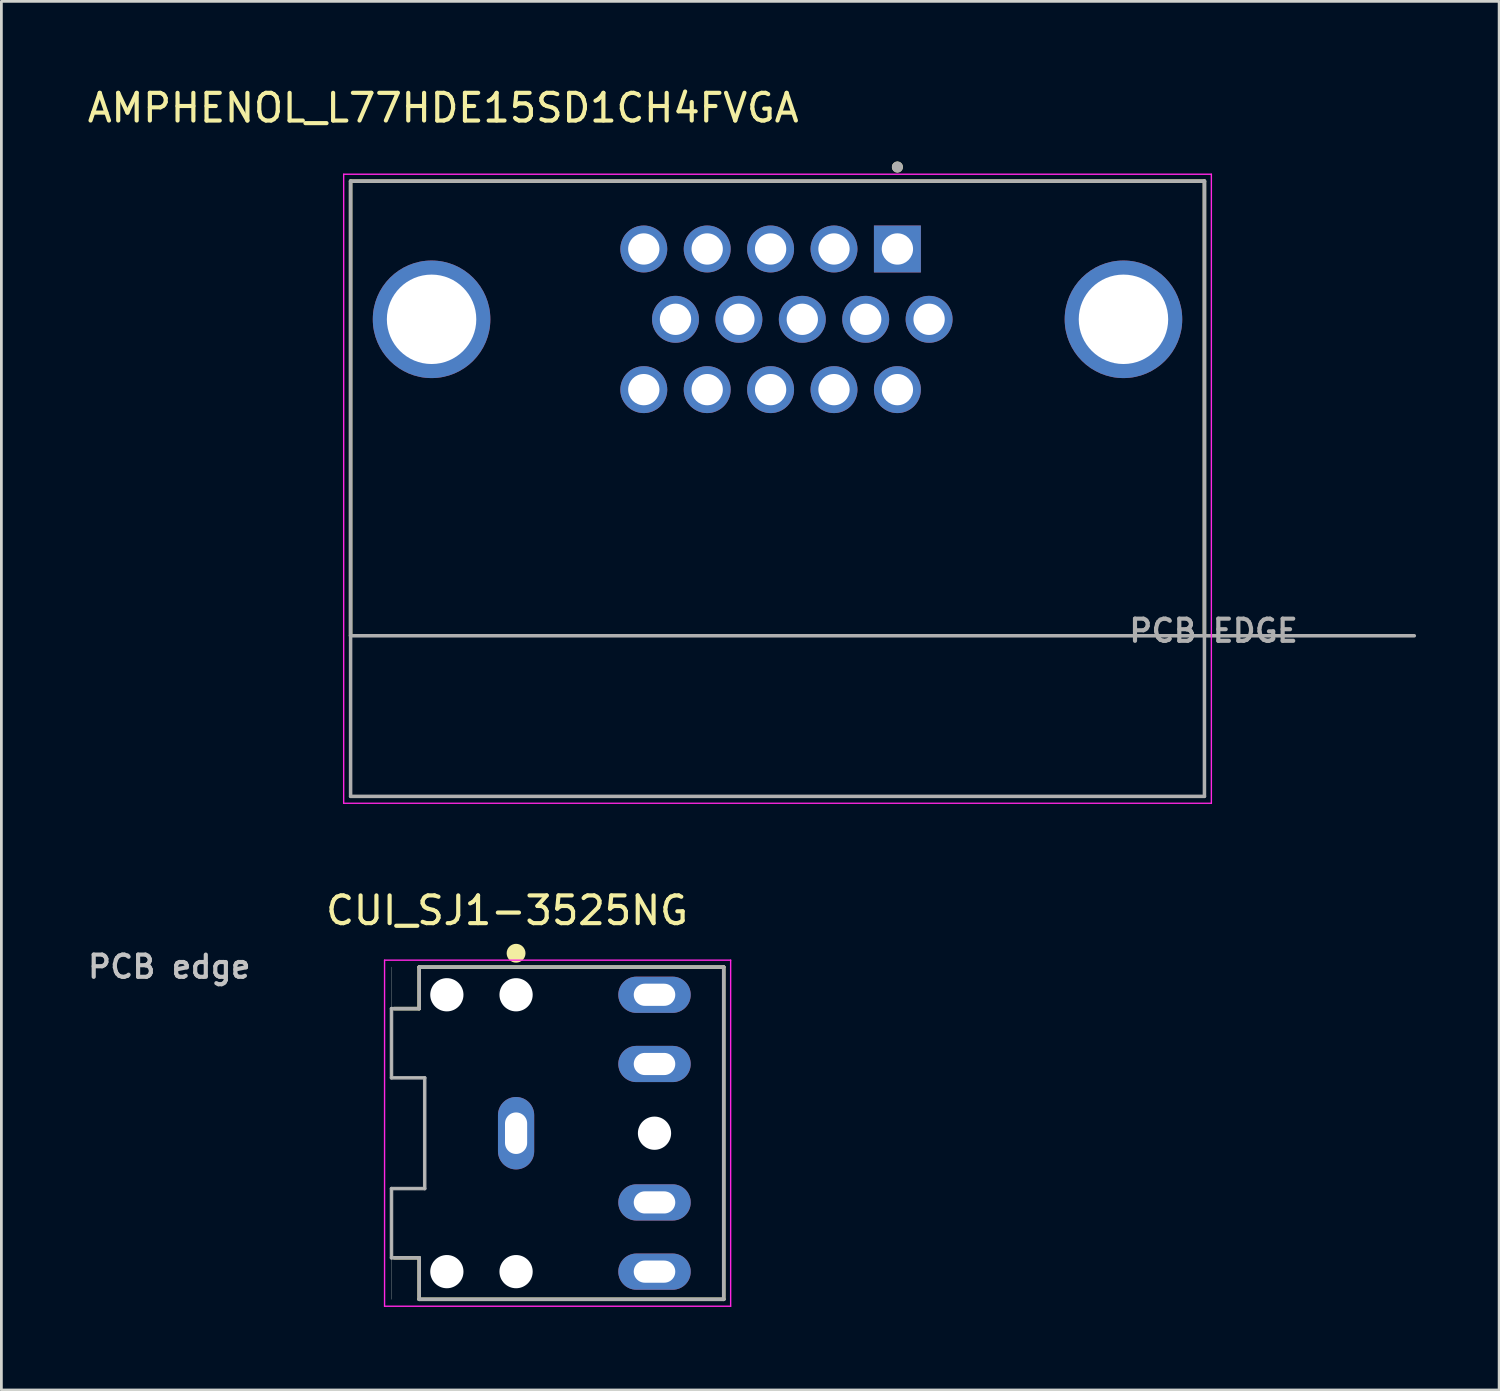
<source format=kicad_pcb>
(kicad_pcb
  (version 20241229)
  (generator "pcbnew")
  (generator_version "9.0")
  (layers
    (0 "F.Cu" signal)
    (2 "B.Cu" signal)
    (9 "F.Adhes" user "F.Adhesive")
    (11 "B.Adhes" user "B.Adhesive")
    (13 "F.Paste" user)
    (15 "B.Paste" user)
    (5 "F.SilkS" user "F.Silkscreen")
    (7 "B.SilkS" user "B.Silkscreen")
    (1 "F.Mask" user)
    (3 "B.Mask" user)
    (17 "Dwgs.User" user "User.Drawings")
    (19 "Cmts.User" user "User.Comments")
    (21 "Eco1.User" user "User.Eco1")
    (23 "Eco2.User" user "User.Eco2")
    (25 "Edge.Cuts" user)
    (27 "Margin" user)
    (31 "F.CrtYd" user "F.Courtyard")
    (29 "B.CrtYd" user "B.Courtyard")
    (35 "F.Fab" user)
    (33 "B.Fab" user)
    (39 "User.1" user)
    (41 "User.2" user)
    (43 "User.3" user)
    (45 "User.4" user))
  (footprint "CUI_SJ1-3525NG"
    (layer "F.Cu")
    (at 15.59 37.88)
    (property "Reference" "CUI_SJ1-3525NG" (at -0.325 -8.043 0) (layer "F.SilkS") (effects (font (size 1.001 1.001) (thickness 0.15))))
    (attr through_hole)
    (fp_line (start -4.4 4.5) (end -3.5 4.5) (stroke (width 0.127) (type solid)) (layer "F.SilkS"))
    (fp_line (start -3.5 -6) (end -3.5 -4.5) (stroke (width 0.127) (type solid)) (layer "F.SilkS"))
    (fp_line (start -3.5 -4.5) (end -4.4 -4.5) (stroke (width 0.127) (type solid)) (layer "F.SilkS"))
    (fp_line (start -3.5 4.5) (end -3.5 6) (stroke (width 0.127) (type solid)) (layer "F.SilkS"))
    (fp_line (start 7.5 -6) (end -3.5 -6) (stroke (width 0.127) (type solid)) (layer "F.SilkS"))
    (fp_line (start 7.5 -6) (end 7.5 6) (stroke (width 0.127) (type solid)) (layer "F.SilkS"))
    (fp_line (start 7.5 6) (end -3.5 6) (stroke (width 0.127) (type solid)) (layer "F.SilkS"))
    (fp_circle (center 0 -6.5) (end 0.17 -6.5) (stroke (width 0.34) (type solid)) (fill no) (layer "F.SilkS"))
    (fp_line (start -4.5 -6) (end -4.5 -2) (stroke (width 0.01) (type solid)) (layer "Edge.Cuts"))
    (fp_line (start -4.5 -2) (end -3.3 -2) (stroke (width 0.01) (type solid)) (layer "Edge.Cuts"))
    (fp_line (start -4.5 2) (end -4.5 6) (stroke (width 0.01) (type solid)) (layer "Edge.Cuts"))
    (fp_line (start -3.3 -2) (end -3.3 2) (stroke (width 0.01) (type solid)) (layer "Edge.Cuts"))
    (fp_line (start -3.3 2) (end -4.5 2) (stroke (width 0.01) (type solid)) (layer "Edge.Cuts"))
    (fp_line (start -4.75 -6.25) (end 7.75 -6.25) (stroke (width 0.05) (type solid)) (layer "F.CrtYd"))
    (fp_line (start -4.75 6.25) (end -4.75 -6.25) (stroke (width 0.05) (type solid)) (layer "F.CrtYd"))
    (fp_line (start 7.75 -6.25) (end 7.75 6.25) (stroke (width 0.05) (type solid)) (layer "F.CrtYd"))
    (fp_line (start 7.75 6.25) (end -4.75 6.25) (stroke (width 0.05) (type solid)) (layer "F.CrtYd"))
    (fp_line (start -4.5 -4.5) (end -4.5 -2) (stroke (width 0.127) (type solid)) (layer "F.Fab"))
    (fp_line (start -4.5 -2) (end -3.3 -2) (stroke (width 0.127) (type solid)) (layer "F.Fab"))
    (fp_line (start -4.5 2) (end -4.5 4.5) (stroke (width 0.127) (type solid)) (layer "F.Fab"))
    (fp_line (start -4.5 4.5) (end -3.5 4.5) (stroke (width 0.127) (type solid)) (layer "F.Fab"))
    (fp_line (start -3.5 -6) (end -3.5 -4.5) (stroke (width 0.127) (type solid)) (layer "F.Fab"))
    (fp_line (start -3.5 -4.5) (end -4.5 -4.5) (stroke (width 0.127) (type solid)) (layer "F.Fab"))
    (fp_line (start -3.5 4.5) (end -3.5 6) (stroke (width 0.127) (type solid)) (layer "F.Fab"))
    (fp_line (start -3.3 -2) (end -3.3 2) (stroke (width 0.127) (type solid)) (layer "F.Fab"))
    (fp_line (start -3.3 2) (end -4.5 2) (stroke (width 0.127) (type solid)) (layer "F.Fab"))
    (fp_line (start 7.5 -6) (end -3.5 -6) (stroke (width 0.127) (type solid)) (layer "F.Fab"))
    (fp_line (start 7.5 -6) (end 7.5 6) (stroke (width 0.127) (type solid)) (layer "F.Fab"))
    (fp_line (start 7.5 6) (end -3.5 6) (stroke (width 0.127) (type solid)) (layer "F.Fab"))
    (fp_text user "PCB edge" (at -12.525 -6.012 0) (layer "Dwgs.User") (effects (font (size 0.802 0.802) (thickness 0.15))))
    (pad "" np_thru_hole circle (at -2.5 -5) (size 1.2 1.2) (drill 1.2) (layers "*.Cu" "*.Mask"))
    (pad "" np_thru_hole circle (at -2.5 5) (size 1.2 1.2) (drill 1.2) (layers "*.Cu" "*.Mask"))
    (pad "" np_thru_hole circle (at 0 -5) (size 1.2 1.2) (drill 1.2) (layers "*.Cu" "*.Mask"))
    (pad "" np_thru_hole circle (at 0 5) (size 1.2 1.2) (drill 1.2) (layers "*.Cu" "*.Mask"))
    (pad "" np_thru_hole circle (at 5 0) (size 1.2 1.2) (drill 1.2) (layers "*.Cu" "*.Mask"))
    (pad "1" thru_hole oval (at 0 0) (size 1.308 2.616) (drill oval 0.8 1.5) (layers "*.Cu" "*.Mask"))
    (pad "2" thru_hole oval (at 5 5) (size 2.616 1.308) (drill oval 1.5 0.8) (layers "*.Cu" "*.Mask"))
    (pad "3" thru_hole oval (at 5 -5) (size 2.616 1.308) (drill oval 1.5 0.8) (layers "*.Cu" "*.Mask"))
    (pad "4" thru_hole oval (at 5 2.5) (size 2.616 1.308) (drill oval 1.5 0.8) (layers "*.Cu" "*.Mask"))
    (pad "5" thru_hole oval (at 5 -2.5) (size 2.616 1.308) (drill oval 1.5 0.8) (layers "*.Cu" "*.Mask")))
  (footprint "AMPHENOL_L77HDE15SD1CH4FVGA"
    (layer "F.Cu")
    (at 25.033 8.483)
    (property "Reference" "AMPHENOL_L77HDE15SD1CH4FVGA" (at -12.075 -7.635 0) (layer "F.SilkS") (effects (font (size 1 1) (thickness 0.15))))
    (attr through_hole)
    (fp_line (start -15.42 -4.99) (end 15.42 -4.99) (stroke (width 0.127) (type solid)) (layer "F.SilkS"))
    (fp_line (start -15.42 11.43) (end -15.42 -4.99) (stroke (width 0.127) (type solid)) (layer "F.SilkS"))
    (fp_line (start 15.42 -4.99) (end 15.42 11.43) (stroke (width 0.127) (type solid)) (layer "F.SilkS"))
    (fp_circle (center 4.33 -5.5) (end 4.43 -5.5) (stroke (width 0.2) (type solid)) (fill no) (layer "F.SilkS"))
    (fp_line (start -15.67 -5.24) (end 15.67 -5.24) (stroke (width 0.05) (type solid)) (layer "F.CrtYd"))
    (fp_line (start -15.67 17.48) (end -15.67 -5.24) (stroke (width 0.05) (type solid)) (layer "F.CrtYd"))
    (fp_line (start 15.67 -5.24) (end 15.67 17.48) (stroke (width 0.05) (type solid)) (layer "F.CrtYd"))
    (fp_line (start 15.67 17.48) (end -15.67 17.48) (stroke (width 0.05) (type solid)) (layer "F.CrtYd"))
    (fp_line (start -15.42 -4.99) (end 15.42 -4.99) (stroke (width 0.127) (type solid)) (layer "F.Fab"))
    (fp_line (start -15.42 11.43) (end -15.42 -4.99) (stroke (width 0.127) (type solid)) (layer "F.Fab"))
    (fp_line (start -15.42 11.43) (end 23 11.43) (stroke (width 0.127) (type solid)) (layer "F.Fab"))
    (fp_line (start -15.42 17.23) (end -15.42 11.43) (stroke (width 0.127) (type solid)) (layer "F.Fab"))
    (fp_line (start -15.42 17.23) (end 15.42 17.23) (stroke (width 0.127) (type solid)) (layer "F.Fab"))
    (fp_line (start 15.42 -4.99) (end 15.42 17.23) (stroke (width 0.127) (type solid)) (layer "F.Fab"))
    (fp_circle (center 4.33 -5.5) (end 4.43 -5.5) (stroke (width 0.2) (type solid)) (fill no) (layer "F.Fab"))
    (fp_text user "PCB EDGE" (at 15.75 11.25 0) (layer "F.Fab") (effects (font (size 0.8 0.8) (thickness 0.15))))
    (pad "1" thru_hole rect (at 4.33 -2.54) (size 1.695 1.695) (drill 1.13) (layers "*.Cu" "*.Mask"))
    (pad "2" thru_hole circle (at 2.04 -2.54) (size 1.695 1.695) (drill 1.13) (layers "*.Cu" "*.Mask"))
    (pad "3" thru_hole circle (at -0.25 -2.54) (size 1.695 1.695) (drill 1.13) (layers "*.Cu" "*.Mask"))
    (pad "4" thru_hole circle (at -2.54 -2.54) (size 1.695 1.695) (drill 1.13) (layers "*.Cu" "*.Mask"))
    (pad "5" thru_hole circle (at -4.83 -2.54) (size 1.695 1.695) (drill 1.13) (layers "*.Cu" "*.Mask"))
    (pad "6" thru_hole circle (at 5.475 0) (size 1.695 1.695) (drill 1.13) (layers "*.Cu" "*.Mask"))
    (pad "7" thru_hole circle (at 3.185 0) (size 1.695 1.695) (drill 1.13) (layers "*.Cu" "*.Mask"))
    (pad "8" thru_hole circle (at 0.895 0) (size 1.695 1.695) (drill 1.13) (layers "*.Cu" "*.Mask"))
    (pad "9" thru_hole circle (at -1.395 0) (size 1.695 1.695) (drill 1.13) (layers "*.Cu" "*.Mask"))
    (pad "10" thru_hole circle (at -3.685 0) (size 1.695 1.695) (drill 1.13) (layers "*.Cu" "*.Mask"))
    (pad "11" thru_hole circle (at 4.33 2.54) (size 1.695 1.695) (drill 1.13) (layers "*.Cu" "*.Mask"))
    (pad "12" thru_hole circle (at 2.04 2.54) (size 1.695 1.695) (drill 1.13) (layers "*.Cu" "*.Mask"))
    (pad "13" thru_hole circle (at -0.25 2.54) (size 1.695 1.695) (drill 1.13) (layers "*.Cu" "*.Mask"))
    (pad "14" thru_hole circle (at -2.54 2.54) (size 1.695 1.695) (drill 1.13) (layers "*.Cu" "*.Mask"))
    (pad "15" thru_hole circle (at -4.83 2.54) (size 1.695 1.695) (drill 1.13) (layers "*.Cu" "*.Mask"))
    (pad "SH1" thru_hole circle (at -12.495 0) (size 4.246 4.246) (drill 3.23) (layers "*.Cu" "*.Mask"))
    (pad "SH2" thru_hole circle (at 12.495 0) (size 4.246 4.246) (drill 3.23) (layers "*.Cu" "*.Mask")))
  (gr_rect
    (start -3 -3)
    (end 51.097 47.155)
    (stroke (width 0.1) (type default))
    (fill no)
    (layer "Edge.Cuts")))
</source>
